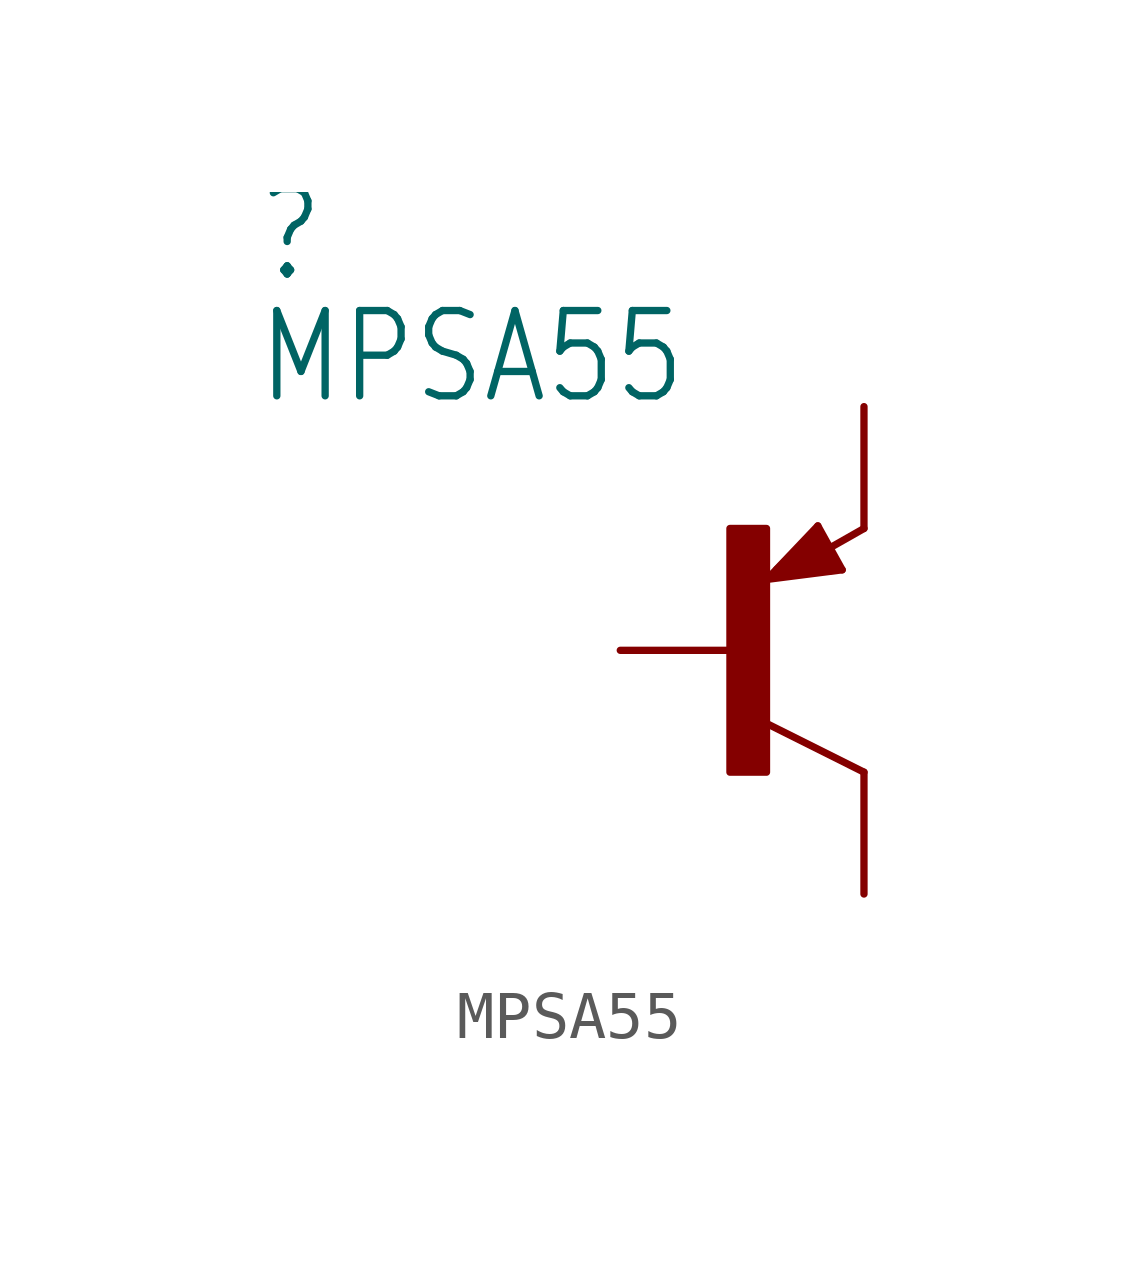
<source format=kicad_sym>
(kicad_symbol_lib
  (version 20211014)
  (generator kicad_symbol_editor)
  (symbol "MPSA55"
    (property "Reference" ""
      (at -10.16 7.62 0)
      (effects (font (size 1.778 1.511)) (justify left bottom)))
    (property "Value" "MPSA55"
      (at -10.16 5.08 0)
      (effects (font (size 1.778 1.511)) (justify left bottom)))
    (property "ki_locked" ""
      (at 0 0 0)
      (effects (font (size 1.27 1.27))))
    (symbol "MPSA55_1_0"
      (rectangle (start -0.254 -2.54) (end 0.508 2.54) (stroke (width 0) (type default) (color 0 0 0 0)) (fill (type outline)))
      (polyline (pts (xy 0.516 1.478) (xy 2.086 1.678)) (stroke (width 0.152) (type default) (color 0 0 0 0)) (fill (type none)))
      (polyline (pts (xy 0.762 1.651) (xy 1.778 1.778)) (stroke (width 0.254) (type default) (color 0 0 0 0)) (fill (type none)))
      (polyline (pts (xy 1.143 1.905) (xy 1.524 1.905)) (stroke (width 0.254) (type default) (color 0 0 0 0)) (fill (type none)))
      (polyline (pts (xy 1.524 2.159) (xy 1.143 1.905)) (stroke (width 0.254) (type default) (color 0 0 0 0)) (fill (type none)))
      (polyline (pts (xy 1.524 2.413) (xy 0.762 1.651)) (stroke (width 0.254) (type default) (color 0 0 0 0)) (fill (type none)))
      (polyline (pts (xy 1.578 2.594) (xy 0.516 1.478)) (stroke (width 0.152) (type default) (color 0 0 0 0)) (fill (type none)))
      (polyline (pts (xy 1.778 1.778) (xy 1.524 2.159)) (stroke (width 0.254) (type default) (color 0 0 0 0)) (fill (type none)))
      (polyline (pts (xy 1.905 1.778) (xy 1.524 2.413)) (stroke (width 0.254) (type default) (color 0 0 0 0)) (fill (type none)))
      (polyline (pts (xy 2.086 1.678) (xy 1.578 2.594)) (stroke (width 0.152) (type default) (color 0 0 0 0)) (fill (type none)))
      (polyline (pts (xy 2.54 -2.54) (xy 0.508 -1.524)) (stroke (width 0.152) (type default) (color 0 0 0 0)) (fill (type none)))
      (polyline (pts (xy 2.54 2.54) (xy 1.808 2.124)) (stroke (width 0.152) (type default) (color 0 0 0 0)) (fill (type none)))
      (pin passive line (at 2.54 5.08 270) (length 2.54) (name "E" (effects (font (size 0 0)))) (number "1" (effects (font (size 0 0)))))
      (pin passive line (at -2.54 0 0) (length 2.54) (name "B" (effects (font (size 0 0)))) (number "2" (effects (font (size 0 0)))))
      (pin passive line (at 2.54 -5.08 90) (length 2.54) (name "C" (effects (font (size 0 0)))) (number "3" (effects (font (size 0 0))))))))
</source>
